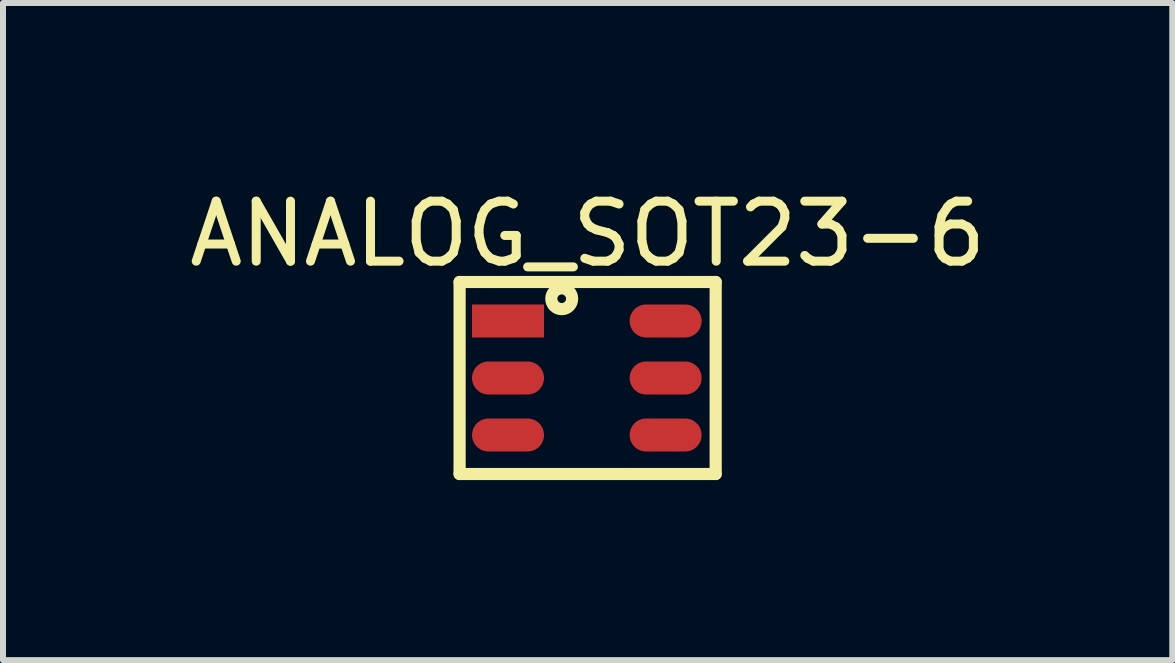
<source format=kicad_pcb>
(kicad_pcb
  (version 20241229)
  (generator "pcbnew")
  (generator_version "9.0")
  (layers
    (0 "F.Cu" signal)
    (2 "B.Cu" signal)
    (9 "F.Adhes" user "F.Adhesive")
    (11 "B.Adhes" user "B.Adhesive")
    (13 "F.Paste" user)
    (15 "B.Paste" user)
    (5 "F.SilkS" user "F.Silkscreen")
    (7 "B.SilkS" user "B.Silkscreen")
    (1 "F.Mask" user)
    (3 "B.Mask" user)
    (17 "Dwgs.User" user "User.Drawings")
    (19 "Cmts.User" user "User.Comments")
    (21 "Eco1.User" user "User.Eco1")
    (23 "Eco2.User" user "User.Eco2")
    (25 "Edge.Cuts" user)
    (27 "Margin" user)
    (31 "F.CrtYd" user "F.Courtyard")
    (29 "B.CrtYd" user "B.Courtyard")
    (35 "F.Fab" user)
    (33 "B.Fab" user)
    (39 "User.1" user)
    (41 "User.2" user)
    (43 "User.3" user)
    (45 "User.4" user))
  (footprint "ANALOG_SOT23-6"
    (layer "F.Cu")
    (at 6.744 3.25)
    (property "Reference" "ANALOG_SOT23-6" (at 0 -2.402 0) (layer "F.SilkS") (effects (font (size 1 1) (thickness 0.15))))
    (fp_line (start -2.134 -1.6) (end 2.134 -1.6) (stroke (width 0.203) (type solid)) (layer "F.SilkS"))
    (fp_line (start -2.134 1.6) (end -2.134 -1.6) (stroke (width 0.203) (type solid)) (layer "F.SilkS"))
    (fp_line (start -2.134 1.6) (end 2.134 1.6) (stroke (width 0.203) (type solid)) (layer "F.SilkS"))
    (fp_line (start 2.134 1.6) (end 2.134 -1.6) (stroke (width 0.203) (type solid)) (layer "F.SilkS"))
    (fp_circle (center -0.432 -1.321) (end -0.432 -1.393) (stroke (width 0.203) (type solid)) (fill no) (layer "F.SilkS"))
    (pad "1" smd rect (at -1.327 -0.95 90) (size 0.55 1.2) (layers "F.Cu" "F.Mask" "F.Paste"))
    (pad "2" smd oval (at -1.327 0 90) (size 0.55 1.2) (layers "F.Cu" "F.Mask" "F.Paste"))
    (pad "3" smd oval (at -1.327 0.95 90) (size 0.55 1.2) (layers "F.Cu" "F.Mask" "F.Paste"))
    (pad "4" smd oval (at 1.3 0.95 90) (size 0.55 1.2) (layers "F.Cu" "F.Mask" "F.Paste"))
    (pad "5" smd oval (at 1.3 0 90) (size 0.55 1.2) (layers "F.Cu" "F.Mask" "F.Paste"))
    (pad "6" smd oval (at 1.3 -0.95 90) (size 0.55 1.2) (layers "F.Cu" "F.Mask" "F.Paste")))
  (gr_rect
    (start -3 -3)
    (end 16.488 7.952)
    (stroke (width 0.1) (type default))
    (fill no)
    (layer "Edge.Cuts")))
</source>
